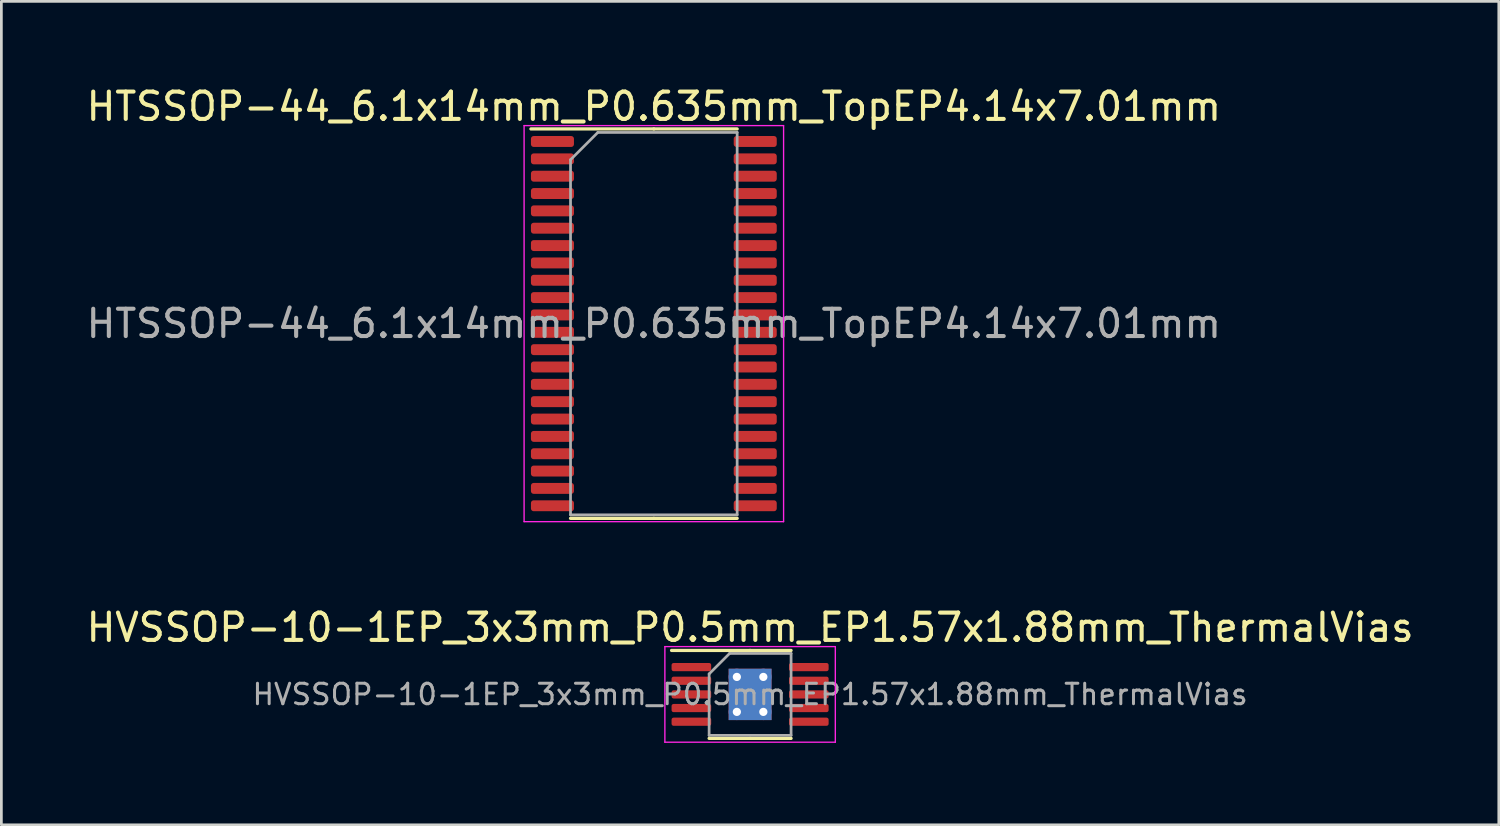
<source format=kicad_pcb>
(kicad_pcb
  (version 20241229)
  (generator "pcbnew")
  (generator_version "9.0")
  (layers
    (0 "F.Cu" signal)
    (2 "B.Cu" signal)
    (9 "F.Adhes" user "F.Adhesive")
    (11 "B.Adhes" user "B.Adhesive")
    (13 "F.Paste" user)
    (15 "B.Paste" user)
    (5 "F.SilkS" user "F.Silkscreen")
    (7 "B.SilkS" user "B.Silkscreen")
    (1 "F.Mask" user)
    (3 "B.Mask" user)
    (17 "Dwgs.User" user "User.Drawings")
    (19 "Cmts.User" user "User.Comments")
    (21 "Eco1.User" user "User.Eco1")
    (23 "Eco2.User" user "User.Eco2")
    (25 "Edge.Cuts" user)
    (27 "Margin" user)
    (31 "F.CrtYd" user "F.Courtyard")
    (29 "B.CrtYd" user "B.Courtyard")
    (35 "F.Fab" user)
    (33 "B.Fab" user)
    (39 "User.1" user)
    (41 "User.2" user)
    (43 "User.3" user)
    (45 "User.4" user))
  (footprint "HVSSOP-10-1EP_3x3mm_P0.5mm_EP1.57x1.88mm_ThermalVias"
    (layer "F.Cu")
    (at 24.411 22.372)
    (property "Reference" "HVSSOP-10-1EP_3x3mm_P0.5mm_EP1.57x1.88mm_ThermalVias" (at 0 -2.45 0) (layer "F.SilkS") (effects (font (size 1 1) (thickness 0.15))))
    (attr smd)
    (fp_line (start 0 -1.61) (end -2.875 -1.61) (stroke (width 0.12) (type solid)) (layer "F.SilkS"))
    (fp_line (start 0 -1.61) (end 1.5 -1.61) (stroke (width 0.12) (type solid)) (layer "F.SilkS"))
    (fp_line (start 0 1.61) (end -1.5 1.61) (stroke (width 0.12) (type solid)) (layer "F.SilkS"))
    (fp_line (start 0 1.61) (end 1.5 1.61) (stroke (width 0.12) (type solid)) (layer "F.SilkS"))
    (fp_line (start -3.12 -1.75) (end -3.12 1.75) (stroke (width 0.05) (type solid)) (layer "F.CrtYd"))
    (fp_line (start -3.12 1.75) (end 3.12 1.75) (stroke (width 0.05) (type solid)) (layer "F.CrtYd"))
    (fp_line (start 3.12 -1.75) (end -3.12 -1.75) (stroke (width 0.05) (type solid)) (layer "F.CrtYd"))
    (fp_line (start 3.12 1.75) (end 3.12 -1.75) (stroke (width 0.05) (type solid)) (layer "F.CrtYd"))
    (fp_line (start -1.5 -0.75) (end -0.75 -1.5) (stroke (width 0.1) (type solid)) (layer "F.Fab"))
    (fp_line (start -1.5 1.5) (end -1.5 -0.75) (stroke (width 0.1) (type solid)) (layer "F.Fab"))
    (fp_line (start -0.75 -1.5) (end 1.5 -1.5) (stroke (width 0.1) (type solid)) (layer "F.Fab"))
    (fp_line (start 1.5 -1.5) (end 1.5 1.5) (stroke (width 0.1) (type solid)) (layer "F.Fab"))
    (fp_line (start 1.5 1.5) (end -1.5 1.5) (stroke (width 0.1) (type solid)) (layer "F.Fab"))
    (fp_text user "${REFERENCE}" (at 0 0 0) (layer "F.Fab") (effects (font (size 0.75 0.75) (thickness 0.11))))
    (pad "" smd roundrect (at -0.39 -0.47) (size 0.63 0.76) (layers "F.Paste") (roundrect_rratio 0.25))
    (pad "" smd roundrect (at -0.39 0.47) (size 0.63 0.76) (layers "F.Paste") (roundrect_rratio 0.25))
    (pad "" smd roundrect (at 0.39 -0.47) (size 0.63 0.76) (layers "F.Paste") (roundrect_rratio 0.25))
    (pad "" smd roundrect (at 0.39 0.47) (size 0.63 0.76) (layers "F.Paste") (roundrect_rratio 0.25))
    (pad "1" smd roundrect (at -2.15 -1) (size 1.45 0.3) (layers "F.Cu" "F.Mask" "F.Paste") (roundrect_rratio 0.25))
    (pad "2" smd roundrect (at -2.15 -0.5) (size 1.45 0.3) (layers "F.Cu" "F.Mask" "F.Paste") (roundrect_rratio 0.25))
    (pad "3" smd roundrect (at -2.15 0) (size 1.45 0.3) (layers "F.Cu" "F.Mask" "F.Paste") (roundrect_rratio 0.25))
    (pad "4" smd roundrect (at -2.15 0.5) (size 1.45 0.3) (layers "F.Cu" "F.Mask" "F.Paste") (roundrect_rratio 0.25))
    (pad "5" smd roundrect (at -2.15 1) (size 1.45 0.3) (layers "F.Cu" "F.Mask" "F.Paste") (roundrect_rratio 0.25))
    (pad "6" smd roundrect (at 2.15 1) (size 1.45 0.3) (layers "F.Cu" "F.Mask" "F.Paste") (roundrect_rratio 0.25))
    (pad "7" smd roundrect (at 2.15 0.5) (size 1.45 0.3) (layers "F.Cu" "F.Mask" "F.Paste") (roundrect_rratio 0.25))
    (pad "8" smd roundrect (at 2.15 0) (size 1.45 0.3) (layers "F.Cu" "F.Mask" "F.Paste") (roundrect_rratio 0.25))
    (pad "9" smd roundrect (at 2.15 -0.5) (size 1.45 0.3) (layers "F.Cu" "F.Mask" "F.Paste") (roundrect_rratio 0.25))
    (pad "10" smd roundrect (at 2.15 -1) (size 1.45 0.3) (layers "F.Cu" "F.Mask" "F.Paste") (roundrect_rratio 0.25))
    (pad "11" thru_hole circle (at -0.485 -0.64) (size 0.6 0.6) (drill 0.3) (layers "*.Cu"))
    (pad "11" thru_hole circle (at -0.485 0.64) (size 0.6 0.6) (drill 0.3) (layers "*.Cu"))
    (pad "11" smd rect (at 0 0) (size 1.57 1.88) (layers "F.Cu" "F.Mask"))
    (pad "11" smd rect (at 0 0) (size 1.57 1.88) (layers "B.Cu"))
    (pad "11" thru_hole circle (at 0.485 -0.64) (size 0.6 0.6) (drill 0.3) (layers "*.Cu"))
    (pad "11" thru_hole circle (at 0.485 0.64) (size 0.6 0.6) (drill 0.3) (layers "*.Cu")))
  (footprint "HTSSOP-44_6.1x14mm_P0.635mm_TopEP4.14x7.01mm"
    (layer "F.Cu")
    (at 20.887 8.798)
    (property "Reference" "HTSSOP-44_6.1x14mm_P0.635mm_TopEP4.14x7.01mm" (at 0 -7.95 0) (layer "F.SilkS") (effects (font (size 1 1) (thickness 0.15))))
    (attr smd)
    (fp_line (start 0 -7.128) (end -4.5 -7.128) (stroke (width 0.12) (type solid)) (layer "F.SilkS"))
    (fp_line (start 0 -7.128) (end 3.05 -7.128) (stroke (width 0.12) (type solid)) (layer "F.SilkS"))
    (fp_line (start 0 7.128) (end -3.05 7.128) (stroke (width 0.12) (type solid)) (layer "F.SilkS"))
    (fp_line (start 0 7.128) (end 3.05 7.128) (stroke (width 0.12) (type solid)) (layer "F.SilkS"))
    (fp_line (start -4.75 -7.25) (end -4.75 7.25) (stroke (width 0.05) (type solid)) (layer "F.CrtYd"))
    (fp_line (start -4.75 7.25) (end 4.75 7.25) (stroke (width 0.05) (type solid)) (layer "F.CrtYd"))
    (fp_line (start 4.75 -7.25) (end -4.75 -7.25) (stroke (width 0.05) (type solid)) (layer "F.CrtYd"))
    (fp_line (start 4.75 7.25) (end 4.75 -7.25) (stroke (width 0.05) (type solid)) (layer "F.CrtYd"))
    (fp_line (start -3.05 -6) (end -2.05 -7) (stroke (width 0.1) (type solid)) (layer "F.Fab"))
    (fp_line (start -3.05 7) (end -3.05 -6) (stroke (width 0.1) (type solid)) (layer "F.Fab"))
    (fp_line (start -2.05 -7) (end 3.05 -7) (stroke (width 0.1) (type solid)) (layer "F.Fab"))
    (fp_line (start 3.05 -7) (end 3.05 7) (stroke (width 0.1) (type solid)) (layer "F.Fab"))
    (fp_line (start 3.05 7) (end -3.05 7) (stroke (width 0.1) (type solid)) (layer "F.Fab"))
    (fp_text user "${REFERENCE}" (at 0 0 0) (layer "F.Fab") (effects (font (size 1 1) (thickness 0.15))))
    (pad "1" smd roundrect (at -3.712 -6.668) (size 1.575 0.4) (layers "F.Cu" "F.Mask" "F.Paste") (roundrect_rratio 0.25))
    (pad "2" smd roundrect (at -3.712 -6.032) (size 1.575 0.4) (layers "F.Cu" "F.Mask" "F.Paste") (roundrect_rratio 0.25))
    (pad "3" smd roundrect (at -3.712 -5.397) (size 1.575 0.4) (layers "F.Cu" "F.Mask" "F.Paste") (roundrect_rratio 0.25))
    (pad "4" smd roundrect (at -3.712 -4.763) (size 1.575 0.4) (layers "F.Cu" "F.Mask" "F.Paste") (roundrect_rratio 0.25))
    (pad "5" smd roundrect (at -3.712 -4.128) (size 1.575 0.4) (layers "F.Cu" "F.Mask" "F.Paste") (roundrect_rratio 0.25))
    (pad "6" smd roundrect (at -3.712 -3.493) (size 1.575 0.4) (layers "F.Cu" "F.Mask" "F.Paste") (roundrect_rratio 0.25))
    (pad "7" smd roundrect (at -3.712 -2.857) (size 1.575 0.4) (layers "F.Cu" "F.Mask" "F.Paste") (roundrect_rratio 0.25))
    (pad "8" smd roundrect (at -3.712 -2.223) (size 1.575 0.4) (layers "F.Cu" "F.Mask" "F.Paste") (roundrect_rratio 0.25))
    (pad "9" smd roundrect (at -3.712 -1.587) (size 1.575 0.4) (layers "F.Cu" "F.Mask" "F.Paste") (roundrect_rratio 0.25))
    (pad "10" smd roundrect (at -3.712 -0.953) (size 1.575 0.4) (layers "F.Cu" "F.Mask" "F.Paste") (roundrect_rratio 0.25))
    (pad "11" smd roundrect (at -3.712 -0.318) (size 1.575 0.4) (layers "F.Cu" "F.Mask" "F.Paste") (roundrect_rratio 0.25))
    (pad "12" smd roundrect (at -3.712 0.318) (size 1.575 0.4) (layers "F.Cu" "F.Mask" "F.Paste") (roundrect_rratio 0.25))
    (pad "13" smd roundrect (at -3.712 0.953) (size 1.575 0.4) (layers "F.Cu" "F.Mask" "F.Paste") (roundrect_rratio 0.25))
    (pad "14" smd roundrect (at -3.712 1.587) (size 1.575 0.4) (layers "F.Cu" "F.Mask" "F.Paste") (roundrect_rratio 0.25))
    (pad "15" smd roundrect (at -3.712 2.223) (size 1.575 0.4) (layers "F.Cu" "F.Mask" "F.Paste") (roundrect_rratio 0.25))
    (pad "16" smd roundrect (at -3.712 2.857) (size 1.575 0.4) (layers "F.Cu" "F.Mask" "F.Paste") (roundrect_rratio 0.25))
    (pad "17" smd roundrect (at -3.712 3.493) (size 1.575 0.4) (layers "F.Cu" "F.Mask" "F.Paste") (roundrect_rratio 0.25))
    (pad "18" smd roundrect (at -3.712 4.128) (size 1.575 0.4) (layers "F.Cu" "F.Mask" "F.Paste") (roundrect_rratio 0.25))
    (pad "19" smd roundrect (at -3.712 4.763) (size 1.575 0.4) (layers "F.Cu" "F.Mask" "F.Paste") (roundrect_rratio 0.25))
    (pad "20" smd roundrect (at -3.712 5.397) (size 1.575 0.4) (layers "F.Cu" "F.Mask" "F.Paste") (roundrect_rratio 0.25))
    (pad "21" smd roundrect (at -3.712 6.032) (size 1.575 0.4) (layers "F.Cu" "F.Mask" "F.Paste") (roundrect_rratio 0.25))
    (pad "22" smd roundrect (at -3.712 6.668) (size 1.575 0.4) (layers "F.Cu" "F.Mask" "F.Paste") (roundrect_rratio 0.25))
    (pad "23" smd roundrect (at 3.712 6.668) (size 1.575 0.4) (layers "F.Cu" "F.Mask" "F.Paste") (roundrect_rratio 0.25))
    (pad "24" smd roundrect (at 3.712 6.032) (size 1.575 0.4) (layers "F.Cu" "F.Mask" "F.Paste") (roundrect_rratio 0.25))
    (pad "25" smd roundrect (at 3.712 5.397) (size 1.575 0.4) (layers "F.Cu" "F.Mask" "F.Paste") (roundrect_rratio 0.25))
    (pad "26" smd roundrect (at 3.712 4.763) (size 1.575 0.4) (layers "F.Cu" "F.Mask" "F.Paste") (roundrect_rratio 0.25))
    (pad "27" smd roundrect (at 3.712 4.128) (size 1.575 0.4) (layers "F.Cu" "F.Mask" "F.Paste") (roundrect_rratio 0.25))
    (pad "28" smd roundrect (at 3.712 3.493) (size 1.575 0.4) (layers "F.Cu" "F.Mask" "F.Paste") (roundrect_rratio 0.25))
    (pad "29" smd roundrect (at 3.712 2.857) (size 1.575 0.4) (layers "F.Cu" "F.Mask" "F.Paste") (roundrect_rratio 0.25))
    (pad "30" smd roundrect (at 3.712 2.223) (size 1.575 0.4) (layers "F.Cu" "F.Mask" "F.Paste") (roundrect_rratio 0.25))
    (pad "31" smd roundrect (at 3.712 1.587) (size 1.575 0.4) (layers "F.Cu" "F.Mask" "F.Paste") (roundrect_rratio 0.25))
    (pad "32" smd roundrect (at 3.712 0.953) (size 1.575 0.4) (layers "F.Cu" "F.Mask" "F.Paste") (roundrect_rratio 0.25))
    (pad "33" smd roundrect (at 3.712 0.318) (size 1.575 0.4) (layers "F.Cu" "F.Mask" "F.Paste") (roundrect_rratio 0.25))
    (pad "34" smd roundrect (at 3.712 -0.318) (size 1.575 0.4) (layers "F.Cu" "F.Mask" "F.Paste") (roundrect_rratio 0.25))
    (pad "35" smd roundrect (at 3.712 -0.953) (size 1.575 0.4) (layers "F.Cu" "F.Mask" "F.Paste") (roundrect_rratio 0.25))
    (pad "36" smd roundrect (at 3.712 -1.587) (size 1.575 0.4) (layers "F.Cu" "F.Mask" "F.Paste") (roundrect_rratio 0.25))
    (pad "37" smd roundrect (at 3.712 -2.223) (size 1.575 0.4) (layers "F.Cu" "F.Mask" "F.Paste") (roundrect_rratio 0.25))
    (pad "38" smd roundrect (at 3.712 -2.857) (size 1.575 0.4) (layers "F.Cu" "F.Mask" "F.Paste") (roundrect_rratio 0.25))
    (pad "39" smd roundrect (at 3.712 -3.493) (size 1.575 0.4) (layers "F.Cu" "F.Mask" "F.Paste") (roundrect_rratio 0.25))
    (pad "40" smd roundrect (at 3.712 -4.128) (size 1.575 0.4) (layers "F.Cu" "F.Mask" "F.Paste") (roundrect_rratio 0.25))
    (pad "41" smd roundrect (at 3.712 -4.763) (size 1.575 0.4) (layers "F.Cu" "F.Mask" "F.Paste") (roundrect_rratio 0.25))
    (pad "42" smd roundrect (at 3.712 -5.397) (size 1.575 0.4) (layers "F.Cu" "F.Mask" "F.Paste") (roundrect_rratio 0.25))
    (pad "43" smd roundrect (at 3.712 -6.032) (size 1.575 0.4) (layers "F.Cu" "F.Mask" "F.Paste") (roundrect_rratio 0.25))
    (pad "44" smd roundrect (at 3.712 -6.668) (size 1.575 0.4) (layers "F.Cu" "F.Mask" "F.Paste") (roundrect_rratio 0.25)))
  (gr_rect
    (start -3 -3)
    (end 51.821 27.146)
    (stroke (width 0.1) (type default))
    (fill no)
    (layer "Edge.Cuts")))
</source>
